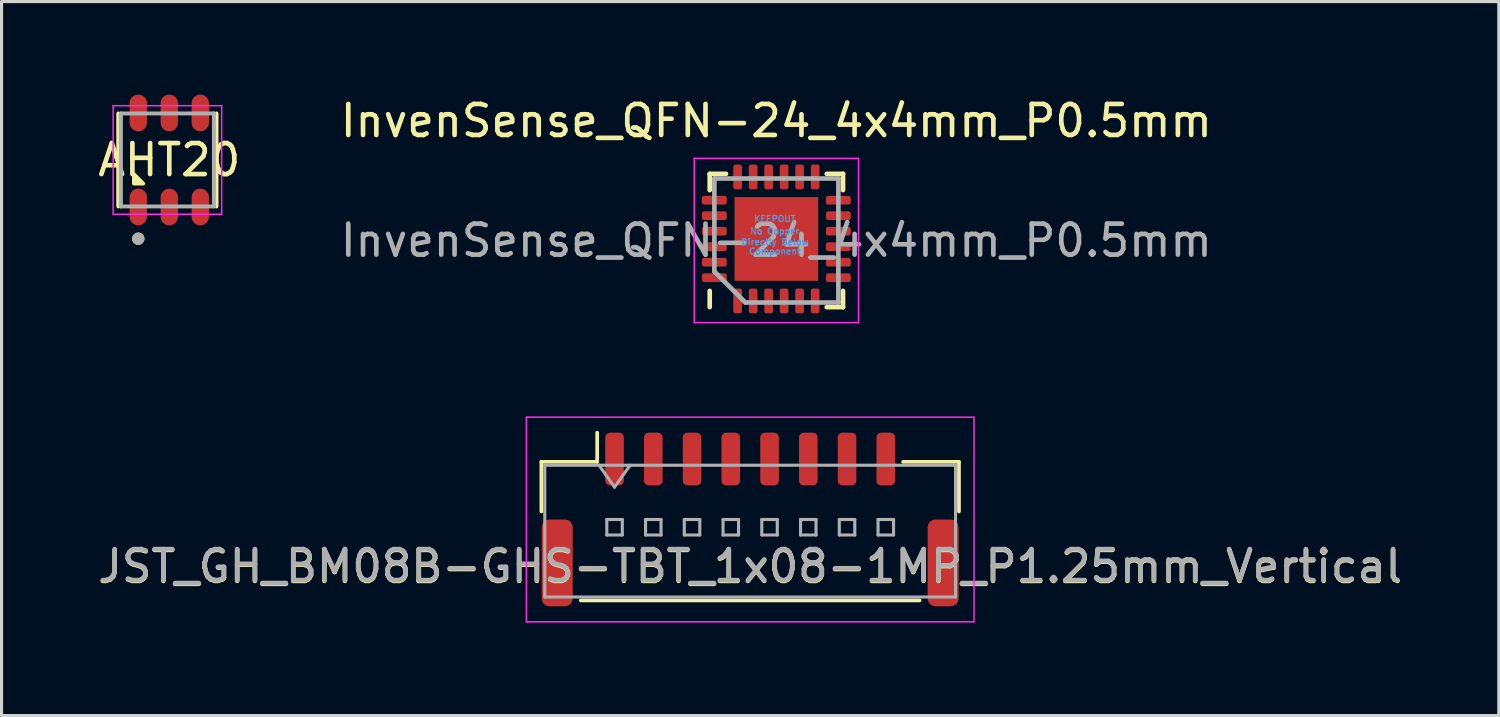
<source format=kicad_pcb>
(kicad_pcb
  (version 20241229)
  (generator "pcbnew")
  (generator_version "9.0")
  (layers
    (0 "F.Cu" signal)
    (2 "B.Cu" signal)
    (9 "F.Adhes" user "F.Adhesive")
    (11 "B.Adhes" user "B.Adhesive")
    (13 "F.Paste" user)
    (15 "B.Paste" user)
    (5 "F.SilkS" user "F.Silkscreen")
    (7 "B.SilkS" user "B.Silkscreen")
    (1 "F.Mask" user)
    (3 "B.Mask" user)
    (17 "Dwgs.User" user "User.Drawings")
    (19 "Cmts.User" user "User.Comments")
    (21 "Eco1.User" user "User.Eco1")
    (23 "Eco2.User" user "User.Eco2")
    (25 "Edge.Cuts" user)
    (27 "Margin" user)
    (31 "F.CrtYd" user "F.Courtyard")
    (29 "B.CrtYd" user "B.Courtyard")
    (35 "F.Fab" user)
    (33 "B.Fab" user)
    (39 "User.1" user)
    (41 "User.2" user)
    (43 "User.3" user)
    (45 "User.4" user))
  (footprint "AHT20"
    (layer "F.Cu")
    (at 2.411 2.11)
    (property "Reference" "AHT20" (at 0 0 180) (layer "F.SilkS") (effects (font (size 1 1) (thickness 0.15))))
    (attr through_hole)
    (fp_line (start -1.646 1.5) (end -1.646 -1.5) (stroke (width 0.127) (type solid)) (layer "F.SilkS"))
    (fp_line (start 1.524 -1.5) (end 1.524 1.5) (stroke (width 0.127) (type solid)) (layer "F.SilkS"))
    (fp_circle (center -1 2.54) (end -0.9 2.54) (stroke (width 0.2) (type solid)) (fill no) (layer "F.SilkS"))
    (fp_poly (pts (xy -1.143 0.762) (xy -1.143 0.457) (xy -0.838 0.762)) (stroke (width 0.12) (type solid)) (fill yes) (layer "F.SilkS"))
    (fp_line (start -1.811 -1.75) (end -1.811 1.75) (stroke (width 0.05) (type solid)) (layer "F.CrtYd"))
    (fp_line (start -1.811 1.75) (end 1.689 1.75) (stroke (width 0.05) (type solid)) (layer "F.CrtYd"))
    (fp_line (start 1.689 -1.75) (end -1.811 -1.75) (stroke (width 0.05) (type solid)) (layer "F.CrtYd"))
    (fp_line (start 1.689 1.75) (end 1.689 -1.75) (stroke (width 0.05) (type solid)) (layer "F.CrtYd"))
    (fp_line (start -1.561 -1.5) (end 1.439 -1.5) (stroke (width 0.127) (type solid)) (layer "F.Fab"))
    (fp_line (start -1.561 1.5) (end -1.561 -1.5) (stroke (width 0.127) (type solid)) (layer "F.Fab"))
    (fp_line (start 1.439 -1.5) (end 1.439 1.5) (stroke (width 0.127) (type solid)) (layer "F.Fab"))
    (fp_line (start 1.439 1.5) (end -1.561 1.5) (stroke (width 0.127) (type solid)) (layer "F.Fab"))
    (fp_circle (center -1 2.54) (end -0.9 2.54) (stroke (width 0.2) (type solid)) (fill no) (layer "F.Fab"))
    (pad "1" smd oval (at -1 1.517) (size 0.56 1.185) (layers "F.Cu" "F.Mask" "F.Paste"))
    (pad "2" smd oval (at 0 1.517) (size 0.56 1.185) (layers "F.Cu" "F.Mask" "F.Paste"))
    (pad "3" smd oval (at 1 1.517) (size 0.56 1.185) (layers "F.Cu" "F.Mask" "F.Paste"))
    (pad "4" smd oval (at 1 -1.517) (size 0.56 1.185) (layers "F.Cu" "F.Mask" "F.Paste"))
    (pad "5" smd oval (at 0 -1.517) (size 0.56 1.185) (layers "F.Cu" "F.Mask" "F.Paste"))
    (pad "6" smd oval (at -1 -1.517) (size 0.56 1.185) (layers "F.Cu" "F.Mask" "F.Paste")))
  (footprint "JST_GH_BM08B-GHS-TBT_1x08-1MP_P1.25mm_Vertical"
    (layer "F.Cu")
    (at 21.149 13.708)
    (property "Reference" "JST_GH_BM08B-GHS-TBT_1x08-1MP_P1.25mm_Vertical" (at 0 1.524 180) (layer "F.SilkS") (effects (font (size 1 1) (thickness 0.15))))
    (attr smd)
    (fp_line (start -6.735 -1.86) (end -4.935 -1.86) (stroke (width 0.12) (type solid)) (layer "F.SilkS"))
    (fp_line (start -6.735 -0.26) (end -6.735 -1.86) (stroke (width 0.12) (type solid)) (layer "F.SilkS"))
    (fp_line (start -4.935 -1.86) (end -4.935 -2.8) (stroke (width 0.12) (type solid)) (layer "F.SilkS"))
    (fp_line (start 5.465 2.61) (end -5.465 2.61) (stroke (width 0.12) (type solid)) (layer "F.SilkS"))
    (fp_line (start 6.735 -1.86) (end 4.935 -1.86) (stroke (width 0.12) (type solid)) (layer "F.SilkS"))
    (fp_line (start 6.735 -0.26) (end 6.735 -1.86) (stroke (width 0.12) (type solid)) (layer "F.SilkS"))
    (fp_line (start -7.22 -3.3) (end -7.22 3.3) (stroke (width 0.05) (type solid)) (layer "F.CrtYd"))
    (fp_line (start -7.22 3.3) (end 7.22 3.3) (stroke (width 0.05) (type solid)) (layer "F.CrtYd"))
    (fp_line (start 7.22 -3.3) (end -7.22 -3.3) (stroke (width 0.05) (type solid)) (layer "F.CrtYd"))
    (fp_line (start 7.22 3.3) (end 7.22 -3.3) (stroke (width 0.05) (type solid)) (layer "F.CrtYd"))
    (fp_line (start -6.625 -1.75) (end -6.625 2.5) (stroke (width 0.1) (type solid)) (layer "F.Fab"))
    (fp_line (start -4.625 0) (end -4.625 0.5) (stroke (width 0.1) (type solid)) (layer "F.Fab"))
    (fp_line (start -4.625 0.5) (end -4.125 0.5) (stroke (width 0.1) (type solid)) (layer "F.Fab"))
    (fp_line (start -4.375 -1.043) (end -4.875 -1.75) (stroke (width 0.1) (type solid)) (layer "F.Fab"))
    (fp_line (start -4.125 0) (end -4.625 0) (stroke (width 0.1) (type solid)) (layer "F.Fab"))
    (fp_line (start -4.125 0.5) (end -4.125 0) (stroke (width 0.1) (type solid)) (layer "F.Fab"))
    (fp_line (start -3.875 -1.75) (end -4.375 -1.043) (stroke (width 0.1) (type solid)) (layer "F.Fab"))
    (fp_line (start -3.375 0) (end -3.375 0.5) (stroke (width 0.1) (type solid)) (layer "F.Fab"))
    (fp_line (start -3.375 0.5) (end -2.875 0.5) (stroke (width 0.1) (type solid)) (layer "F.Fab"))
    (fp_line (start -2.875 0) (end -3.375 0) (stroke (width 0.1) (type solid)) (layer "F.Fab"))
    (fp_line (start -2.875 0.5) (end -2.875 0) (stroke (width 0.1) (type solid)) (layer "F.Fab"))
    (fp_line (start -2.125 0) (end -2.125 0.5) (stroke (width 0.1) (type solid)) (layer "F.Fab"))
    (fp_line (start -2.125 0.5) (end -1.625 0.5) (stroke (width 0.1) (type solid)) (layer "F.Fab"))
    (fp_line (start -1.625 0) (end -2.125 0) (stroke (width 0.1) (type solid)) (layer "F.Fab"))
    (fp_line (start -1.625 0.5) (end -1.625 0) (stroke (width 0.1) (type solid)) (layer "F.Fab"))
    (fp_line (start -0.875 0) (end -0.875 0.5) (stroke (width 0.1) (type solid)) (layer "F.Fab"))
    (fp_line (start -0.875 0.5) (end -0.375 0.5) (stroke (width 0.1) (type solid)) (layer "F.Fab"))
    (fp_line (start -0.375 0) (end -0.875 0) (stroke (width 0.1) (type solid)) (layer "F.Fab"))
    (fp_line (start -0.375 0.5) (end -0.375 0) (stroke (width 0.1) (type solid)) (layer "F.Fab"))
    (fp_line (start 0.375 0) (end 0.375 0.5) (stroke (width 0.1) (type solid)) (layer "F.Fab"))
    (fp_line (start 0.375 0.5) (end 0.875 0.5) (stroke (width 0.1) (type solid)) (layer "F.Fab"))
    (fp_line (start 0.875 0) (end 0.375 0) (stroke (width 0.1) (type solid)) (layer "F.Fab"))
    (fp_line (start 0.875 0.5) (end 0.875 0) (stroke (width 0.1) (type solid)) (layer "F.Fab"))
    (fp_line (start 1.625 0) (end 1.625 0.5) (stroke (width 0.1) (type solid)) (layer "F.Fab"))
    (fp_line (start 1.625 0.5) (end 2.125 0.5) (stroke (width 0.1) (type solid)) (layer "F.Fab"))
    (fp_line (start 2.125 0) (end 1.625 0) (stroke (width 0.1) (type solid)) (layer "F.Fab"))
    (fp_line (start 2.125 0.5) (end 2.125 0) (stroke (width 0.1) (type solid)) (layer "F.Fab"))
    (fp_line (start 2.875 0) (end 2.875 0.5) (stroke (width 0.1) (type solid)) (layer "F.Fab"))
    (fp_line (start 2.875 0.5) (end 3.375 0.5) (stroke (width 0.1) (type solid)) (layer "F.Fab"))
    (fp_line (start 3.375 0) (end 2.875 0) (stroke (width 0.1) (type solid)) (layer "F.Fab"))
    (fp_line (start 3.375 0.5) (end 3.375 0) (stroke (width 0.1) (type solid)) (layer "F.Fab"))
    (fp_line (start 4.125 0) (end 4.125 0.5) (stroke (width 0.1) (type solid)) (layer "F.Fab"))
    (fp_line (start 4.125 0.5) (end 4.625 0.5) (stroke (width 0.1) (type solid)) (layer "F.Fab"))
    (fp_line (start 4.625 0) (end 4.125 0) (stroke (width 0.1) (type solid)) (layer "F.Fab"))
    (fp_line (start 4.625 0.5) (end 4.625 0) (stroke (width 0.1) (type solid)) (layer "F.Fab"))
    (fp_line (start 6.625 -1.75) (end -6.625 -1.75) (stroke (width 0.1) (type solid)) (layer "F.Fab"))
    (fp_line (start 6.625 -1.75) (end 6.625 2.5) (stroke (width 0.1) (type solid)) (layer "F.Fab"))
    (fp_line (start 6.625 2.5) (end -6.625 2.5) (stroke (width 0.1) (type solid)) (layer "F.Fab"))
    (fp_text user "${REFERENCE}" (at 0 1.5 180) (layer "F.Fab") (effects (font (size 1 1) (thickness 0.15))))
    (pad "1" smd roundrect (at -4.375 -1.95 180) (size 0.6 1.7) (layers "F.Cu" "F.Mask" "F.Paste") (roundrect_rratio 0.25))
    (pad "2" smd roundrect (at -3.125 -1.95 180) (size 0.6 1.7) (layers "F.Cu" "F.Mask" "F.Paste") (roundrect_rratio 0.25))
    (pad "3" smd roundrect (at -1.875 -1.95 180) (size 0.6 1.7) (layers "F.Cu" "F.Mask" "F.Paste") (roundrect_rratio 0.25))
    (pad "4" smd roundrect (at -0.625 -1.95 180) (size 0.6 1.7) (layers "F.Cu" "F.Mask" "F.Paste") (roundrect_rratio 0.25))
    (pad "5" smd roundrect (at 0.625 -1.95 180) (size 0.6 1.7) (layers "F.Cu" "F.Mask" "F.Paste") (roundrect_rratio 0.25))
    (pad "6" smd roundrect (at 1.875 -1.95 180) (size 0.6 1.7) (layers "F.Cu" "F.Mask" "F.Paste") (roundrect_rratio 0.25))
    (pad "7" smd roundrect (at 3.125 -1.95 180) (size 0.6 1.7) (layers "F.Cu" "F.Mask" "F.Paste") (roundrect_rratio 0.25))
    (pad "8" smd roundrect (at 4.375 -1.95 180) (size 0.6 1.7) (layers "F.Cu" "F.Mask" "F.Paste") (roundrect_rratio 0.25))
    (pad "MP" smd roundrect (at -6.225 1.4 180) (size 1 2.8) (layers "F.Cu" "F.Mask" "F.Paste") (roundrect_rratio 0.25))
    (pad "MP" smd roundrect (at 6.225 1.4 180) (size 1 2.8) (layers "F.Cu" "F.Mask" "F.Paste") (roundrect_rratio 0.25)))
  (footprint "InvenSense_QFN-24_4x4mm_P0.5mm"
    (layer "F.Cu")
    (at 21.994 4.658)
    (property "Reference" "InvenSense_QFN-24_4x4mm_P0.5mm" (at 0 -3.81 180) (layer "F.SilkS") (effects (font (size 1 1) (thickness 0.15))))
    (attr smd)
    (fp_line (start -2.15 -2.1) (end -2.15 -1.575) (stroke (width 0.15) (type solid)) (layer "F.SilkS"))
    (fp_line (start -2.15 -2.1) (end -1.625 -2.1) (stroke (width 0.15) (type solid)) (layer "F.SilkS"))
    (fp_line (start -2.15 2.2) (end -2.15 1.675) (stroke (width 0.15) (type solid)) (layer "F.SilkS"))
    (fp_line (start 2.15 -2.1) (end 1.625 -2.1) (stroke (width 0.15) (type solid)) (layer "F.SilkS"))
    (fp_line (start 2.15 -2.1) (end 2.15 -1.575) (stroke (width 0.15) (type solid)) (layer "F.SilkS"))
    (fp_line (start 2.15 2.2) (end 1.625 2.2) (stroke (width 0.15) (type solid)) (layer "F.SilkS"))
    (fp_line (start 2.15 2.2) (end 2.15 1.675) (stroke (width 0.15) (type solid)) (layer "F.SilkS"))
    (fp_line (start -2.65 -2.6) (end 2.65 -2.6) (stroke (width 0.05) (type solid)) (layer "F.CrtYd"))
    (fp_line (start -2.65 2.7) (end -2.65 -2.6) (stroke (width 0.05) (type solid)) (layer "F.CrtYd"))
    (fp_line (start -2.65 2.7) (end 2.65 2.7) (stroke (width 0.05) (type solid)) (layer "F.CrtYd"))
    (fp_line (start 2.65 2.7) (end 2.65 -2.6) (stroke (width 0.05) (type solid)) (layer "F.CrtYd"))
    (fp_line (start -2 -1.95) (end 2 -1.95) (stroke (width 0.15) (type solid)) (layer "F.Fab"))
    (fp_line (start -2 1.05) (end -2 -1.95) (stroke (width 0.15) (type solid)) (layer "F.Fab"))
    (fp_line (start -1 2.05) (end -2 1.05) (stroke (width 0.15) (type solid)) (layer "F.Fab"))
    (fp_line (start 2 -1.95) (end 2 2.05) (stroke (width 0.15) (type solid)) (layer "F.Fab"))
    (fp_line (start 2 2.05) (end -1 2.05) (stroke (width 0.15) (type solid)) (layer "F.Fab"))
    (fp_text user "KEEPOUT" (at -0.05 -0.65 0) (layer "Cmts.User") (effects (font (size 0.2 0.2) (thickness 0.04))))
    (fp_text user "No Copper" (at -0.05 -0.25 0) (layer "Cmts.User") (effects (font (size 0.2 0.2) (thickness 0.04))))
    (fp_text user "Component" (at -0.05 0.4 0) (layer "Cmts.User") (effects (font (size 0.2 0.2) (thickness 0.04))))
    (fp_text user "Directly Below" (at -0.05 0.1 0) (layer "Cmts.User") (effects (font (size 0.2 0.2) (thickness 0.04))))
    (fp_text user "${REFERENCE}" (at 0 0.05 180) (layer "F.Fab") (effects (font (size 1 1) (thickness 0.15))))
    (pad "1" smd roundrect (at -1.25 2) (size 0.28 0.8) (layers "F.Cu" "F.Mask" "F.Paste") (roundrect_rratio 0.25))
    (pad "2" smd roundrect (at -0.75 2) (size 0.28 0.8) (layers "F.Cu" "F.Mask" "F.Paste") (roundrect_rratio 0.25))
    (pad "3" smd roundrect (at -0.25 2) (size 0.28 0.8) (layers "F.Cu" "F.Mask" "F.Paste") (roundrect_rratio 0.25))
    (pad "4" smd roundrect (at 0.25 2) (size 0.28 0.8) (layers "F.Cu" "F.Mask" "F.Paste") (roundrect_rratio 0.25))
    (pad "5" smd roundrect (at 0.75 2) (size 0.28 0.8) (layers "F.Cu" "F.Mask" "F.Paste") (roundrect_rratio 0.25))
    (pad "6" smd roundrect (at 1.25 2) (size 0.28 0.8) (layers "F.Cu" "F.Mask" "F.Paste") (roundrect_rratio 0.25))
    (pad "7" smd roundrect (at 2 1.25 90) (size 0.28 0.8) (layers "F.Cu" "F.Mask" "F.Paste") (roundrect_rratio 0.25))
    (pad "8" smd roundrect (at 2 0.75 90) (size 0.28 0.8) (layers "F.Cu" "F.Mask" "F.Paste") (roundrect_rratio 0.25))
    (pad "9" smd roundrect (at 2 0.25 90) (size 0.28 0.8) (layers "F.Cu" "F.Mask" "F.Paste") (roundrect_rratio 0.25))
    (pad "10" smd roundrect (at 2 -0.25 90) (size 0.28 0.8) (layers "F.Cu" "F.Mask" "F.Paste") (roundrect_rratio 0.25))
    (pad "11" smd roundrect (at 2 -0.75 90) (size 0.28 0.8) (layers "F.Cu" "F.Mask" "F.Paste") (roundrect_rratio 0.25))
    (pad "12" smd roundrect (at 2 -1.25 90) (size 0.28 0.8) (layers "F.Cu" "F.Mask" "F.Paste") (roundrect_rratio 0.25))
    (pad "13" smd roundrect (at 1.25 -2) (size 0.28 0.8) (layers "F.Cu" "F.Mask" "F.Paste") (roundrect_rratio 0.25))
    (pad "14" smd roundrect (at 0.75 -2) (size 0.28 0.8) (layers "F.Cu" "F.Mask" "F.Paste") (roundrect_rratio 0.25))
    (pad "15" smd roundrect (at 0.25 -2) (size 0.28 0.8) (layers "F.Cu" "F.Mask" "F.Paste") (roundrect_rratio 0.25))
    (pad "16" smd roundrect (at -0.25 -2) (size 0.28 0.8) (layers "F.Cu" "F.Mask" "F.Paste") (roundrect_rratio 0.25))
    (pad "17" smd roundrect (at -0.75 -2) (size 0.28 0.8) (layers "F.Cu" "F.Mask" "F.Paste") (roundrect_rratio 0.25))
    (pad "18" smd roundrect (at -1.25 -2) (size 0.28 0.8) (layers "F.Cu" "F.Mask" "F.Paste") (roundrect_rratio 0.25))
    (pad "19" smd roundrect (at -2 -1.25 90) (size 0.28 0.8) (layers "F.Cu" "F.Mask" "F.Paste") (roundrect_rratio 0.25))
    (pad "20" smd roundrect (at -2 -0.75 270) (size 0.28 0.8) (layers "F.Cu" "F.Mask" "F.Paste") (roundrect_rratio 0.25))
    (pad "21" smd roundrect (at -2 -0.25 90) (size 0.28 0.8) (layers "F.Cu" "F.Mask" "F.Paste") (roundrect_rratio 0.25))
    (pad "22" smd roundrect (at -2 0.25 90) (size 0.28 0.8) (layers "F.Cu" "F.Mask" "F.Paste") (roundrect_rratio 0.25))
    (pad "23" smd roundrect (at -2 0.75 90) (size 0.28 0.8) (layers "F.Cu" "F.Mask" "F.Paste") (roundrect_rratio 0.25))
    (pad "24" smd roundrect (at -2 1.25 90) (size 0.28 0.8) (layers "F.Cu" "F.Mask" "F.Paste") (roundrect_rratio 0.25))
    (pad "25" smd rect (at 0 0) (size 2.7 2.7) (layers "F.Cu" "F.Mask" "F.Paste")))
  (gr_rect
    (start -3 -3)
    (end 45.298 20.033)
    (stroke (width 0.1) (type default))
    (fill no)
    (layer "Edge.Cuts")))
</source>
